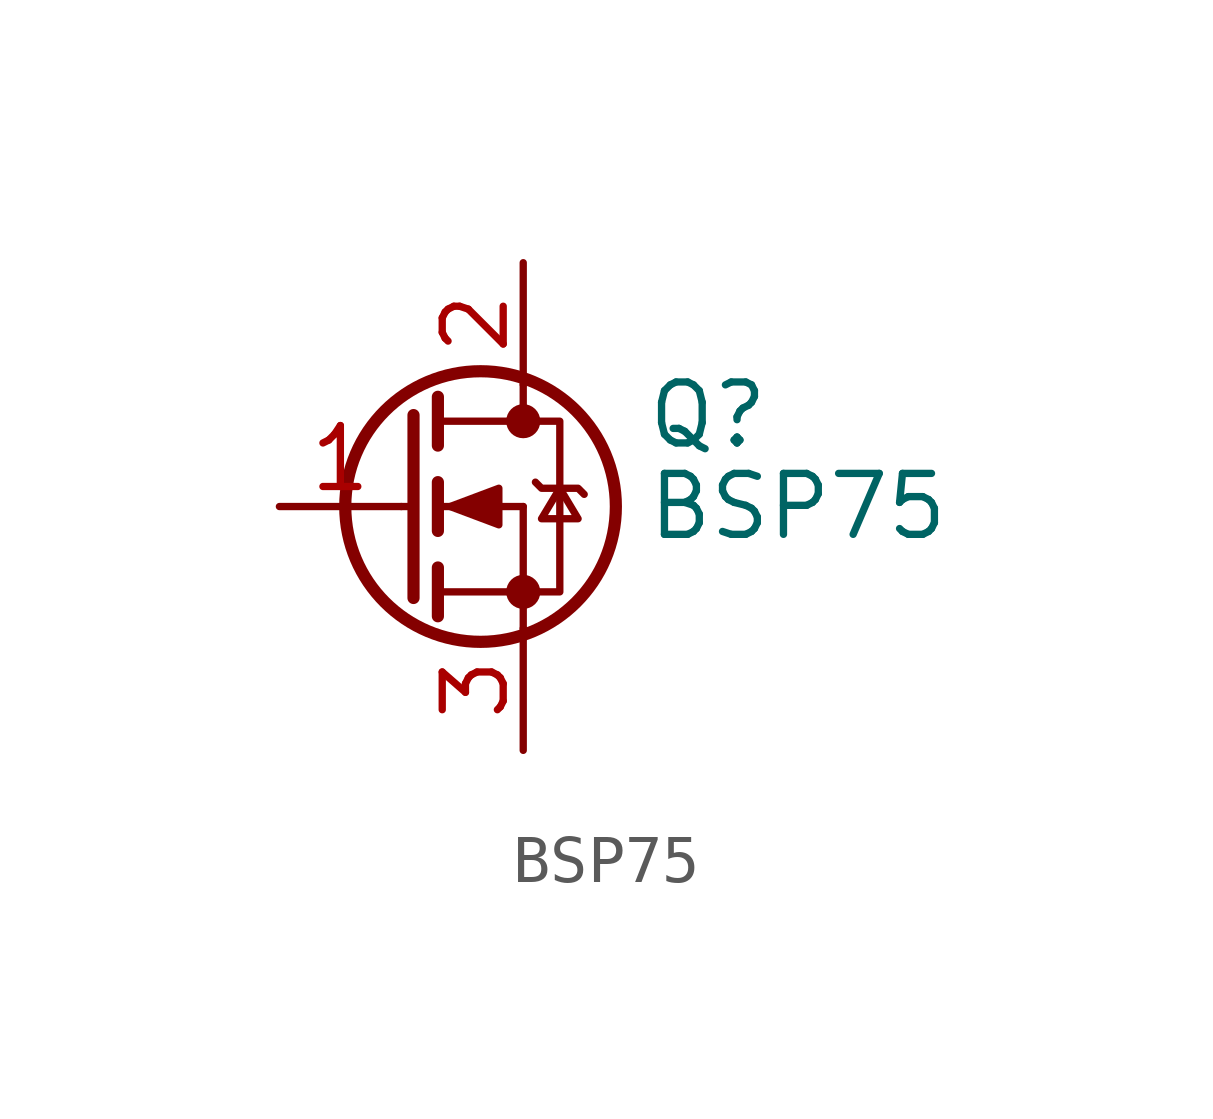
<source format=kicad_sym>
(kicad_symbol_lib
  (version 20211014)
  (generator kicad_symbol_editor)
  (symbol "BSP75"
    (pin_names
      (offset 0) hide)
    (property "Reference" "Q"
      (at 2.54 1.905 0)
      (effects (font (size 1.27 1.27)) (justify left)))
    (property "Value" "BSP75"
      (at 2.54 0 0)
      (effects (font (size 1.27 1.27)) (justify left)))
    (symbol "BSP75_0_1"
      (circle (center -0.889 0) (radius 2.819) (stroke (width 0.254) (type default) (color 0 0 0 0)) (fill (type none)))
      (circle (center 0 -1.778) (radius 0.279) (stroke (width 0) (type default) (color 0 0 0 0)) (fill (type outline)))
      (polyline (pts (xy -2.54 0) (xy -2.286 0)) (stroke (width 0) (type default) (color 0 0 0 0)) (fill (type none)))
      (polyline (pts (xy -1.778 -1.778) (xy 0 -1.778)) (stroke (width 0) (type default) (color 0 0 0 0)) (fill (type none)))
      (polyline (pts (xy -1.778 -1.27) (xy -1.778 -2.286)) (stroke (width 0.254) (type default) (color 0 0 0 0)) (fill (type none)))
      (polyline (pts (xy -1.778 0) (xy 0 0)) (stroke (width 0) (type default) (color 0 0 0 0)) (fill (type none)))
      (polyline (pts (xy -1.778 0.508) (xy -1.778 -0.508)) (stroke (width 0.254) (type default) (color 0 0 0 0)) (fill (type none)))
      (polyline (pts (xy -1.778 1.778) (xy 0 1.778)) (stroke (width 0) (type default) (color 0 0 0 0)) (fill (type none)))
      (polyline (pts (xy -1.778 2.286) (xy -1.778 1.27)) (stroke (width 0.254) (type default) (color 0 0 0 0)) (fill (type none)))
      (polyline (pts (xy 0 -1.778) (xy 0 -2.54)) (stroke (width 0) (type default) (color 0 0 0 0)) (fill (type none)))
      (polyline (pts (xy 0 -1.778) (xy 0 0)) (stroke (width 0) (type default) (color 0 0 0 0)) (fill (type none)))
      (polyline (pts (xy 0 2.54) (xy 0 1.778)) (stroke (width 0) (type default) (color 0 0 0 0)) (fill (type none)))
      (polyline (pts (xy -2.286 1.905) (xy -2.286 -1.905) (xy -2.286 -1.905)) (stroke (width 0.254) (type default) (color 0 0 0 0)) (fill (type none)))
      (polyline (pts (xy -1.524 0) (xy -0.508 0.381) (xy -0.508 -0.381) (xy -1.524 0)) (stroke (width 0) (type default) (color 0 0 0 0)) (fill (type outline)))
      (polyline (pts (xy 0 -1.778) (xy 0.762 -1.778) (xy 0.762 1.778) (xy 0 1.778)) (stroke (width 0) (type default) (color 0 0 0 0)) (fill (type none)))
      (polyline (pts (xy 0.254 0.508) (xy 0.381 0.381) (xy 1.143 0.381) (xy 1.27 0.254)) (stroke (width 0) (type default) (color 0 0 0 0)) (fill (type none)))
      (polyline (pts (xy 0.762 0.381) (xy 0.381 -0.254) (xy 1.143 -0.254) (xy 0.762 0.381)) (stroke (width 0) (type default) (color 0 0 0 0)) (fill (type none)))
      (circle (center 0 1.778) (radius 0.279) (stroke (width 0) (type default) (color 0 0 0 0)) (fill (type outline))))
    (symbol "BSP75_1_1"
      (pin input line (at -5.08 0 0) (length 2.54) (name "G" (effects (font (size 1.27 1.27)))) (number "1" (effects (font (size 1.27 1.27)))))
      (pin passive line (at 0 5.08 270) (length 2.54) (name "D" (effects (font (size 1.27 1.27)))) (number "2" (effects (font (size 1.27 1.27)))))
      (pin passive line (at 0 -5.08 90) (length 2.54) (name "S" (effects (font (size 1.27 1.27)))) (number "3" (effects (font (size 1.27 1.27))))))))
</source>
